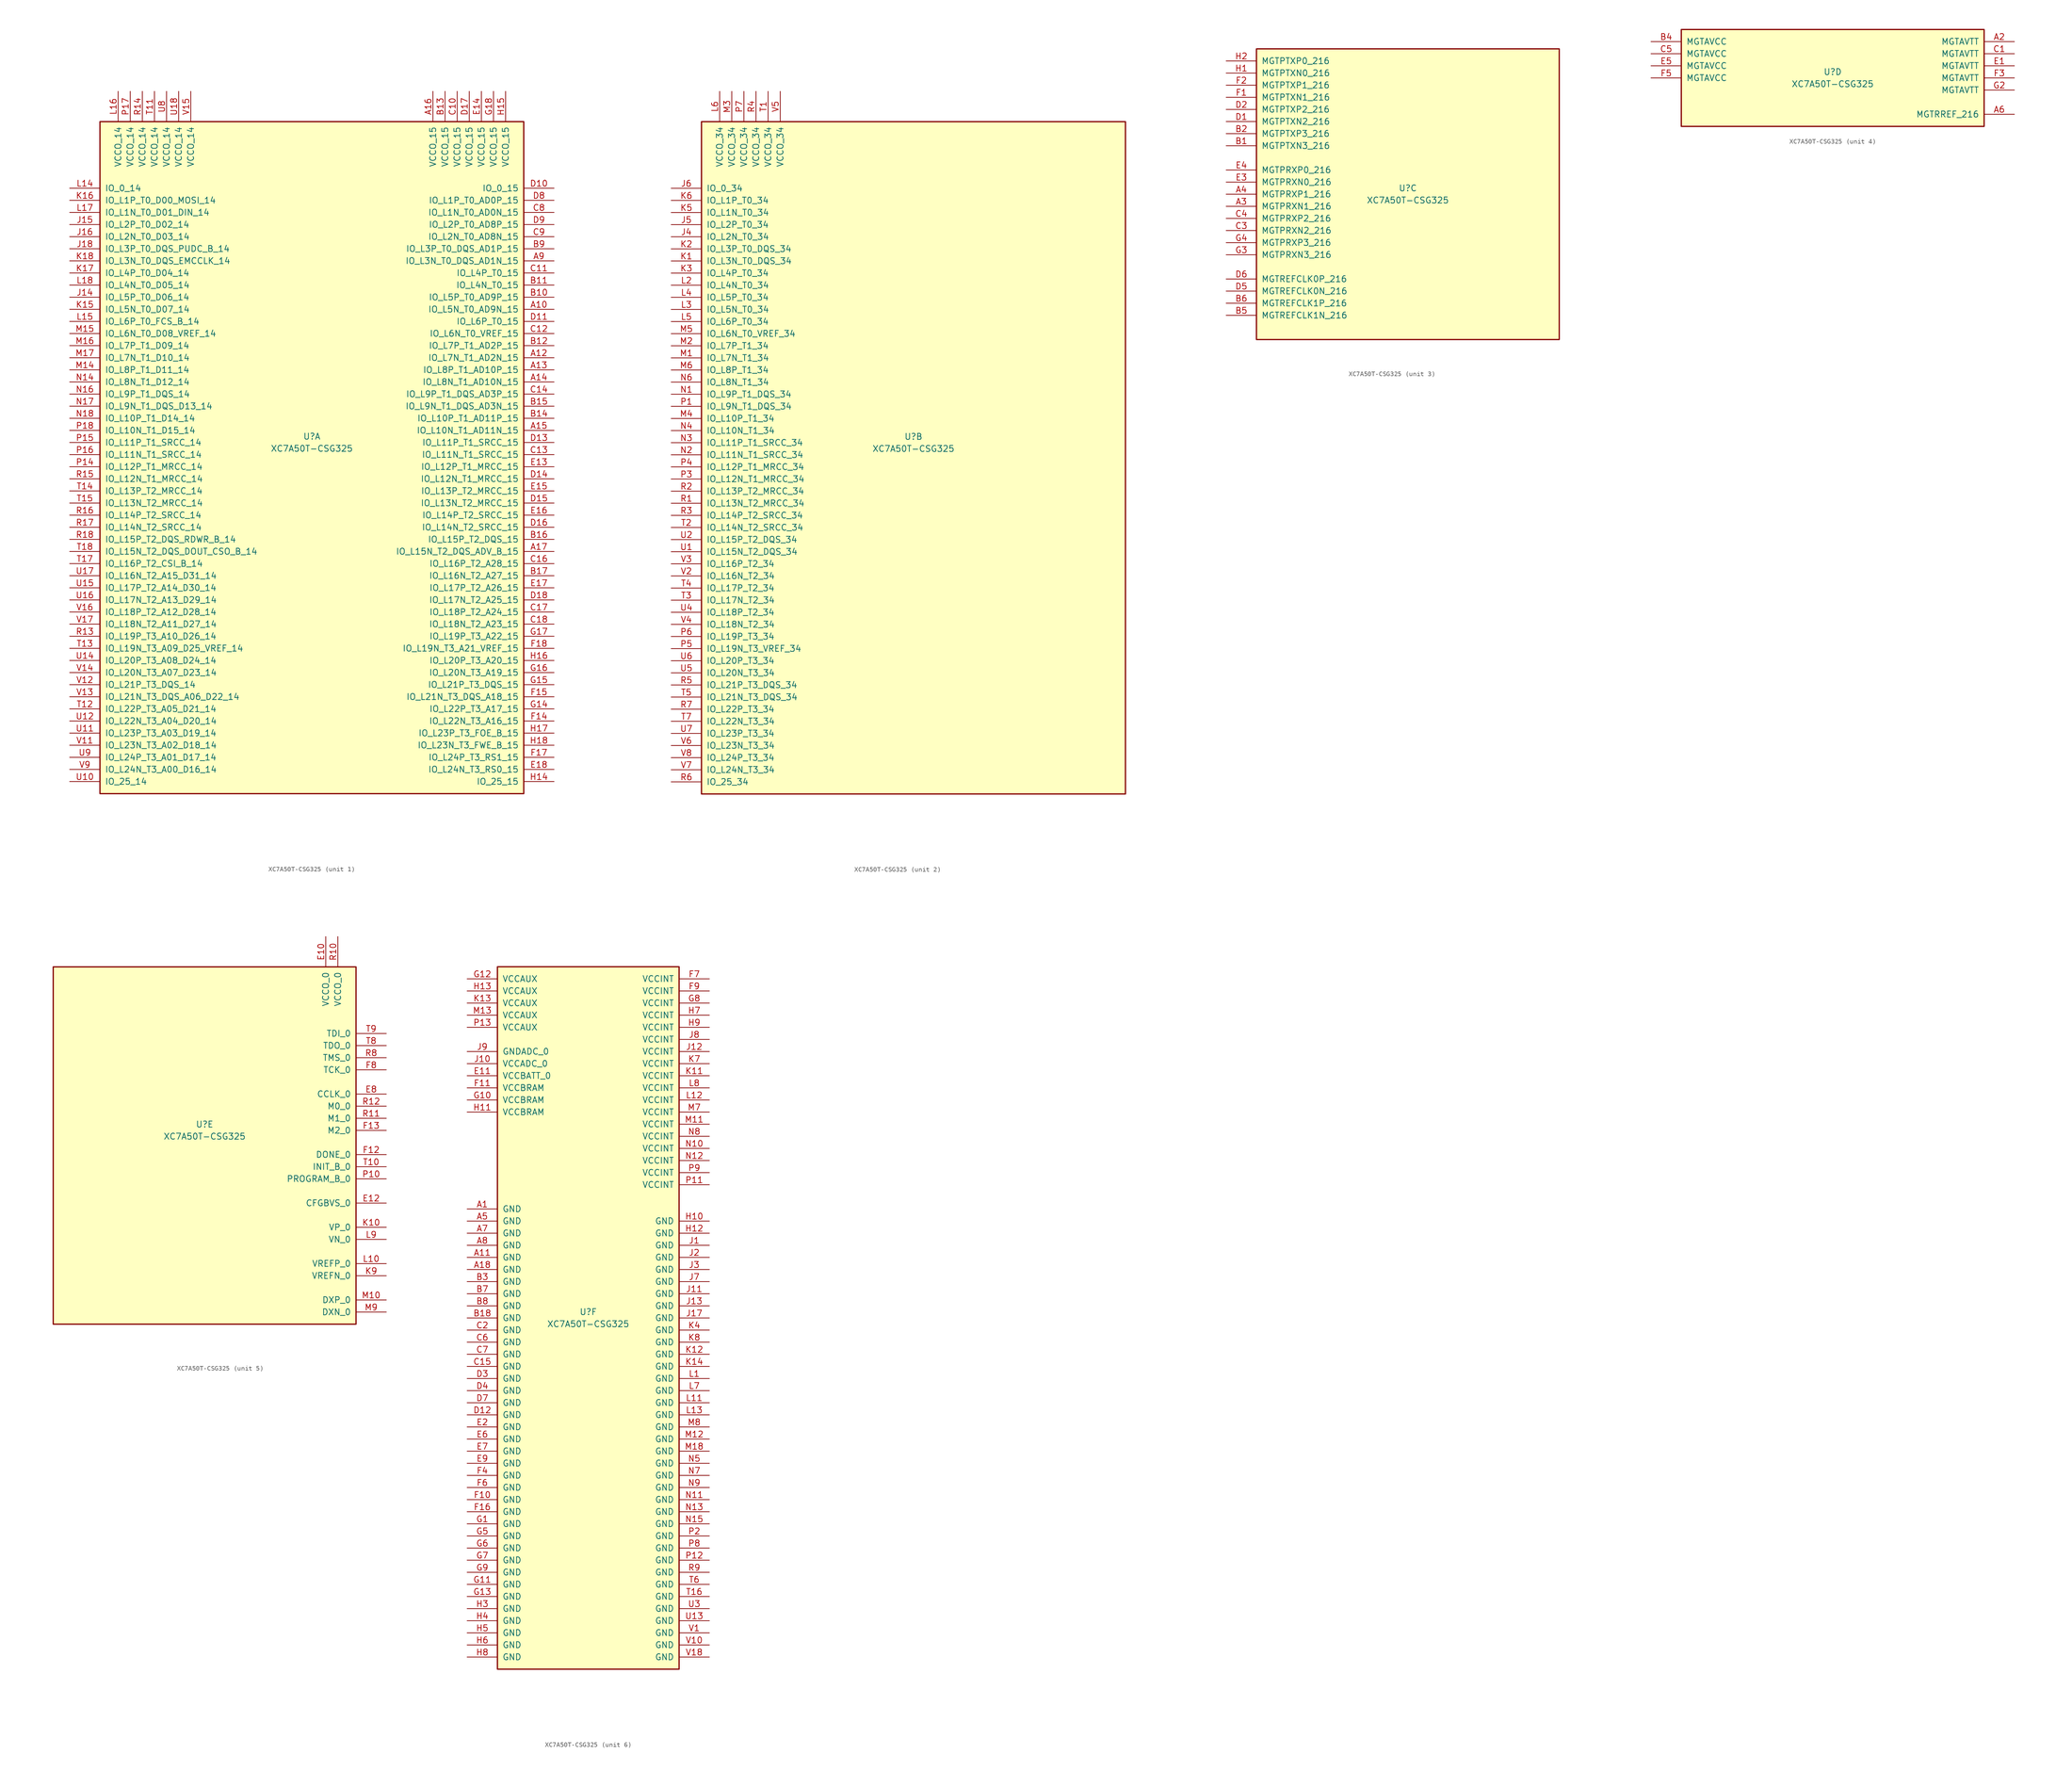
<source format=kicad_sym>
(kicad_symbol_lib
  (version 20201005)
  (generator kicad_symbol_editor)
  (symbol "XC7A50T-CSG325"
    (pin_names
      (offset 1.016))
    (property "Reference" "U"
      (at 0 1.27 0)
      (effects (font (size 1.27 1.27))))
    (property "Value" "XC7A50T-CSG325"
      (at 0 -1.27 0)
      (effects (font (size 1.27 1.27))))
    (property "Datasheet" ""
      (at 0 0 0)
      (effects (font (size 1.27 1.27))))
    (property "ki_locked" ""
      (at 0 0 0)
      (effects (font (size 1.27 1.27))))
    (symbol "XC7A50T-CSG325_1_1"
      (rectangle (start -44.45 67.31) (end 44.45 -73.66) (stroke (width 0.254)) (fill (type background)))
      (pin power_in line (at -40.64 73.66 270) (length 6.35) (name "VCCO_14" (effects (font (size 1.27 1.27)))) (number "L16" (effects (font (size 1.27 1.27)))))
      (pin power_in line (at -38.1 73.66 270) (length 6.35) (name "VCCO_14" (effects (font (size 1.27 1.27)))) (number "P17" (effects (font (size 1.27 1.27)))))
      (pin power_in line (at -35.56 73.66 270) (length 6.35) (name "VCCO_14" (effects (font (size 1.27 1.27)))) (number "R14" (effects (font (size 1.27 1.27)))))
      (pin power_in line (at -33.02 73.66 270) (length 6.35) (name "VCCO_14" (effects (font (size 1.27 1.27)))) (number "T11" (effects (font (size 1.27 1.27)))))
      (pin power_in line (at -30.48 73.66 270) (length 6.35) (name "VCCO_14" (effects (font (size 1.27 1.27)))) (number "U8" (effects (font (size 1.27 1.27)))))
      (pin power_in line (at -27.94 73.66 270) (length 6.35) (name "VCCO_14" (effects (font (size 1.27 1.27)))) (number "U18" (effects (font (size 1.27 1.27)))))
      (pin power_in line (at -25.4 73.66 270) (length 6.35) (name "VCCO_14" (effects (font (size 1.27 1.27)))) (number "V15" (effects (font (size 1.27 1.27)))))
      (pin bidirectional line (at -50.8 53.34 0) (length 6.35) (name "IO_0_14" (effects (font (size 1.27 1.27)))) (number "L14" (effects (font (size 1.27 1.27)))))
      (pin bidirectional line (at -50.8 50.8 0) (length 6.35) (name "IO_L1P_T0_D00_MOSI_14" (effects (font (size 1.27 1.27)))) (number "K16" (effects (font (size 1.27 1.27)))))
      (pin bidirectional line (at -50.8 48.26 0) (length 6.35) (name "IO_L1N_T0_D01_DIN_14" (effects (font (size 1.27 1.27)))) (number "L17" (effects (font (size 1.27 1.27)))))
      (pin bidirectional line (at -50.8 45.72 0) (length 6.35) (name "IO_L2P_T0_D02_14" (effects (font (size 1.27 1.27)))) (number "J15" (effects (font (size 1.27 1.27)))))
      (pin bidirectional line (at -50.8 43.18 0) (length 6.35) (name "IO_L2N_T0_D03_14" (effects (font (size 1.27 1.27)))) (number "J16" (effects (font (size 1.27 1.27)))))
      (pin bidirectional line (at -50.8 40.64 0) (length 6.35) (name "IO_L3P_T0_DQS_PUDC_B_14" (effects (font (size 1.27 1.27)))) (number "J18" (effects (font (size 1.27 1.27)))))
      (pin bidirectional line (at -50.8 38.1 0) (length 6.35) (name "IO_L3N_T0_DQS_EMCCLK_14" (effects (font (size 1.27 1.27)))) (number "K18" (effects (font (size 1.27 1.27)))))
      (pin bidirectional line (at -50.8 35.56 0) (length 6.35) (name "IO_L4P_T0_D04_14" (effects (font (size 1.27 1.27)))) (number "K17" (effects (font (size 1.27 1.27)))))
      (pin bidirectional line (at -50.8 33.02 0) (length 6.35) (name "IO_L4N_T0_D05_14" (effects (font (size 1.27 1.27)))) (number "L18" (effects (font (size 1.27 1.27)))))
      (pin bidirectional line (at -50.8 30.48 0) (length 6.35) (name "IO_L5P_T0_D06_14" (effects (font (size 1.27 1.27)))) (number "J14" (effects (font (size 1.27 1.27)))))
      (pin bidirectional line (at -50.8 27.94 0) (length 6.35) (name "IO_L5N_T0_D07_14" (effects (font (size 1.27 1.27)))) (number "K15" (effects (font (size 1.27 1.27)))))
      (pin bidirectional line (at -50.8 25.4 0) (length 6.35) (name "IO_L6P_T0_FCS_B_14" (effects (font (size 1.27 1.27)))) (number "L15" (effects (font (size 1.27 1.27)))))
      (pin bidirectional line (at -50.8 22.86 0) (length 6.35) (name "IO_L6N_T0_D08_VREF_14" (effects (font (size 1.27 1.27)))) (number "M15" (effects (font (size 1.27 1.27)))))
      (pin bidirectional line (at -50.8 20.32 0) (length 6.35) (name "IO_L7P_T1_D09_14" (effects (font (size 1.27 1.27)))) (number "M16" (effects (font (size 1.27 1.27)))))
      (pin bidirectional line (at -50.8 17.78 0) (length 6.35) (name "IO_L7N_T1_D10_14" (effects (font (size 1.27 1.27)))) (number "M17" (effects (font (size 1.27 1.27)))))
      (pin bidirectional line (at -50.8 15.24 0) (length 6.35) (name "IO_L8P_T1_D11_14" (effects (font (size 1.27 1.27)))) (number "M14" (effects (font (size 1.27 1.27)))))
      (pin bidirectional line (at -50.8 12.7 0) (length 6.35) (name "IO_L8N_T1_D12_14" (effects (font (size 1.27 1.27)))) (number "N14" (effects (font (size 1.27 1.27)))))
      (pin bidirectional line (at -50.8 10.16 0) (length 6.35) (name "IO_L9P_T1_DQS_14" (effects (font (size 1.27 1.27)))) (number "N16" (effects (font (size 1.27 1.27)))))
      (pin bidirectional line (at -50.8 7.62 0) (length 6.35) (name "IO_L9N_T1_DQS_D13_14" (effects (font (size 1.27 1.27)))) (number "N17" (effects (font (size 1.27 1.27)))))
      (pin bidirectional line (at -50.8 5.08 0) (length 6.35) (name "IO_L10P_T1_D14_14" (effects (font (size 1.27 1.27)))) (number "N18" (effects (font (size 1.27 1.27)))))
      (pin bidirectional line (at -50.8 2.54 0) (length 6.35) (name "IO_L10N_T1_D15_14" (effects (font (size 1.27 1.27)))) (number "P18" (effects (font (size 1.27 1.27)))))
      (pin bidirectional line (at -50.8 0 0) (length 6.35) (name "IO_L11P_T1_SRCC_14" (effects (font (size 1.27 1.27)))) (number "P15" (effects (font (size 1.27 1.27)))))
      (pin bidirectional line (at -50.8 -2.54 0) (length 6.35) (name "IO_L11N_T1_SRCC_14" (effects (font (size 1.27 1.27)))) (number "P16" (effects (font (size 1.27 1.27)))))
      (pin bidirectional line (at -50.8 -5.08 0) (length 6.35) (name "IO_L12P_T1_MRCC_14" (effects (font (size 1.27 1.27)))) (number "P14" (effects (font (size 1.27 1.27)))))
      (pin bidirectional line (at -50.8 -7.62 0) (length 6.35) (name "IO_L12N_T1_MRCC_14" (effects (font (size 1.27 1.27)))) (number "R15" (effects (font (size 1.27 1.27)))))
      (pin bidirectional line (at -50.8 -10.16 0) (length 6.35) (name "IO_L13P_T2_MRCC_14" (effects (font (size 1.27 1.27)))) (number "T14" (effects (font (size 1.27 1.27)))))
      (pin bidirectional line (at -50.8 -12.7 0) (length 6.35) (name "IO_L13N_T2_MRCC_14" (effects (font (size 1.27 1.27)))) (number "T15" (effects (font (size 1.27 1.27)))))
      (pin bidirectional line (at -50.8 -15.24 0) (length 6.35) (name "IO_L14P_T2_SRCC_14" (effects (font (size 1.27 1.27)))) (number "R16" (effects (font (size 1.27 1.27)))))
      (pin bidirectional line (at -50.8 -17.78 0) (length 6.35) (name "IO_L14N_T2_SRCC_14" (effects (font (size 1.27 1.27)))) (number "R17" (effects (font (size 1.27 1.27)))))
      (pin bidirectional line (at -50.8 -20.32 0) (length 6.35) (name "IO_L15P_T2_DQS_RDWR_B_14" (effects (font (size 1.27 1.27)))) (number "R18" (effects (font (size 1.27 1.27)))))
      (pin bidirectional line (at -50.8 -22.86 0) (length 6.35) (name "IO_L15N_T2_DQS_DOUT_CSO_B_14" (effects (font (size 1.27 1.27)))) (number "T18" (effects (font (size 1.27 1.27)))))
      (pin bidirectional line (at -50.8 -25.4 0) (length 6.35) (name "IO_L16P_T2_CSI_B_14" (effects (font (size 1.27 1.27)))) (number "T17" (effects (font (size 1.27 1.27)))))
      (pin bidirectional line (at -50.8 -27.94 0) (length 6.35) (name "IO_L16N_T2_A15_D31_14" (effects (font (size 1.27 1.27)))) (number "U17" (effects (font (size 1.27 1.27)))))
      (pin bidirectional line (at -50.8 -30.48 0) (length 6.35) (name "IO_L17P_T2_A14_D30_14" (effects (font (size 1.27 1.27)))) (number "U15" (effects (font (size 1.27 1.27)))))
      (pin bidirectional line (at -50.8 -33.02 0) (length 6.35) (name "IO_L17N_T2_A13_D29_14" (effects (font (size 1.27 1.27)))) (number "U16" (effects (font (size 1.27 1.27)))))
      (pin bidirectional line (at -50.8 -35.56 0) (length 6.35) (name "IO_L18P_T2_A12_D28_14" (effects (font (size 1.27 1.27)))) (number "V16" (effects (font (size 1.27 1.27)))))
      (pin bidirectional line (at -50.8 -38.1 0) (length 6.35) (name "IO_L18N_T2_A11_D27_14" (effects (font (size 1.27 1.27)))) (number "V17" (effects (font (size 1.27 1.27)))))
      (pin bidirectional line (at -50.8 -40.64 0) (length 6.35) (name "IO_L19P_T3_A10_D26_14" (effects (font (size 1.27 1.27)))) (number "R13" (effects (font (size 1.27 1.27)))))
      (pin bidirectional line (at -50.8 -43.18 0) (length 6.35) (name "IO_L19N_T3_A09_D25_VREF_14" (effects (font (size 1.27 1.27)))) (number "T13" (effects (font (size 1.27 1.27)))))
      (pin bidirectional line (at -50.8 -45.72 0) (length 6.35) (name "IO_L20P_T3_A08_D24_14" (effects (font (size 1.27 1.27)))) (number "U14" (effects (font (size 1.27 1.27)))))
      (pin bidirectional line (at -50.8 -48.26 0) (length 6.35) (name "IO_L20N_T3_A07_D23_14" (effects (font (size 1.27 1.27)))) (number "V14" (effects (font (size 1.27 1.27)))))
      (pin bidirectional line (at -50.8 -50.8 0) (length 6.35) (name "IO_L21P_T3_DQS_14" (effects (font (size 1.27 1.27)))) (number "V12" (effects (font (size 1.27 1.27)))))
      (pin bidirectional line (at -50.8 -53.34 0) (length 6.35) (name "IO_L21N_T3_DQS_A06_D22_14" (effects (font (size 1.27 1.27)))) (number "V13" (effects (font (size 1.27 1.27)))))
      (pin bidirectional line (at -50.8 -55.88 0) (length 6.35) (name "IO_L22P_T3_A05_D21_14" (effects (font (size 1.27 1.27)))) (number "T12" (effects (font (size 1.27 1.27)))))
      (pin bidirectional line (at -50.8 -58.42 0) (length 6.35) (name "IO_L22N_T3_A04_D20_14" (effects (font (size 1.27 1.27)))) (number "U12" (effects (font (size 1.27 1.27)))))
      (pin bidirectional line (at -50.8 -60.96 0) (length 6.35) (name "IO_L23P_T3_A03_D19_14" (effects (font (size 1.27 1.27)))) (number "U11" (effects (font (size 1.27 1.27)))))
      (pin bidirectional line (at -50.8 -63.5 0) (length 6.35) (name "IO_L23N_T3_A02_D18_14" (effects (font (size 1.27 1.27)))) (number "V11" (effects (font (size 1.27 1.27)))))
      (pin bidirectional line (at -50.8 -66.04 0) (length 6.35) (name "IO_L24P_T3_A01_D17_14" (effects (font (size 1.27 1.27)))) (number "U9" (effects (font (size 1.27 1.27)))))
      (pin bidirectional line (at -50.8 -68.58 0) (length 6.35) (name "IO_L24N_T3_A00_D16_14" (effects (font (size 1.27 1.27)))) (number "V9" (effects (font (size 1.27 1.27)))))
      (pin bidirectional line (at -50.8 -71.12 0) (length 6.35) (name "IO_25_14" (effects (font (size 1.27 1.27)))) (number "U10" (effects (font (size 1.27 1.27)))))
      (pin power_in line (at 25.4 73.66 270) (length 6.35) (name "VCCO_15" (effects (font (size 1.27 1.27)))) (number "A16" (effects (font (size 1.27 1.27)))))
      (pin power_in line (at 27.94 73.66 270) (length 6.35) (name "VCCO_15" (effects (font (size 1.27 1.27)))) (number "B13" (effects (font (size 1.27 1.27)))))
      (pin power_in line (at 30.48 73.66 270) (length 6.35) (name "VCCO_15" (effects (font (size 1.27 1.27)))) (number "C10" (effects (font (size 1.27 1.27)))))
      (pin power_in line (at 33.02 73.66 270) (length 6.35) (name "VCCO_15" (effects (font (size 1.27 1.27)))) (number "D17" (effects (font (size 1.27 1.27)))))
      (pin power_in line (at 35.56 73.66 270) (length 6.35) (name "VCCO_15" (effects (font (size 1.27 1.27)))) (number "E14" (effects (font (size 1.27 1.27)))))
      (pin power_in line (at 38.1 73.66 270) (length 6.35) (name "VCCO_15" (effects (font (size 1.27 1.27)))) (number "G18" (effects (font (size 1.27 1.27)))))
      (pin power_in line (at 40.64 73.66 270) (length 6.35) (name "VCCO_15" (effects (font (size 1.27 1.27)))) (number "H15" (effects (font (size 1.27 1.27)))))
      (pin bidirectional line (at 50.8 53.34 180) (length 6.35) (name "IO_0_15" (effects (font (size 1.27 1.27)))) (number "D10" (effects (font (size 1.27 1.27)))))
      (pin bidirectional line (at 50.8 50.8 180) (length 6.35) (name "IO_L1P_T0_AD0P_15" (effects (font (size 1.27 1.27)))) (number "D8" (effects (font (size 1.27 1.27)))))
      (pin bidirectional line (at 50.8 48.26 180) (length 6.35) (name "IO_L1N_T0_AD0N_15" (effects (font (size 1.27 1.27)))) (number "C8" (effects (font (size 1.27 1.27)))))
      (pin bidirectional line (at 50.8 45.72 180) (length 6.35) (name "IO_L2P_T0_AD8P_15" (effects (font (size 1.27 1.27)))) (number "D9" (effects (font (size 1.27 1.27)))))
      (pin bidirectional line (at 50.8 43.18 180) (length 6.35) (name "IO_L2N_T0_AD8N_15" (effects (font (size 1.27 1.27)))) (number "C9" (effects (font (size 1.27 1.27)))))
      (pin bidirectional line (at 50.8 40.64 180) (length 6.35) (name "IO_L3P_T0_DQS_AD1P_15" (effects (font (size 1.27 1.27)))) (number "B9" (effects (font (size 1.27 1.27)))))
      (pin bidirectional line (at 50.8 38.1 180) (length 6.35) (name "IO_L3N_T0_DQS_AD1N_15" (effects (font (size 1.27 1.27)))) (number "A9" (effects (font (size 1.27 1.27)))))
      (pin bidirectional line (at 50.8 35.56 180) (length 6.35) (name "IO_L4P_T0_15" (effects (font (size 1.27 1.27)))) (number "C11" (effects (font (size 1.27 1.27)))))
      (pin bidirectional line (at 50.8 33.02 180) (length 6.35) (name "IO_L4N_T0_15" (effects (font (size 1.27 1.27)))) (number "B11" (effects (font (size 1.27 1.27)))))
      (pin bidirectional line (at 50.8 30.48 180) (length 6.35) (name "IO_L5P_T0_AD9P_15" (effects (font (size 1.27 1.27)))) (number "B10" (effects (font (size 1.27 1.27)))))
      (pin bidirectional line (at 50.8 27.94 180) (length 6.35) (name "IO_L5N_T0_AD9N_15" (effects (font (size 1.27 1.27)))) (number "A10" (effects (font (size 1.27 1.27)))))
      (pin bidirectional line (at 50.8 25.4 180) (length 6.35) (name "IO_L6P_T0_15" (effects (font (size 1.27 1.27)))) (number "D11" (effects (font (size 1.27 1.27)))))
      (pin bidirectional line (at 50.8 22.86 180) (length 6.35) (name "IO_L6N_T0_VREF_15" (effects (font (size 1.27 1.27)))) (number "C12" (effects (font (size 1.27 1.27)))))
      (pin bidirectional line (at 50.8 20.32 180) (length 6.35) (name "IO_L7P_T1_AD2P_15" (effects (font (size 1.27 1.27)))) (number "B12" (effects (font (size 1.27 1.27)))))
      (pin bidirectional line (at 50.8 17.78 180) (length 6.35) (name "IO_L7N_T1_AD2N_15" (effects (font (size 1.27 1.27)))) (number "A12" (effects (font (size 1.27 1.27)))))
      (pin bidirectional line (at 50.8 15.24 180) (length 6.35) (name "IO_L8P_T1_AD10P_15" (effects (font (size 1.27 1.27)))) (number "A13" (effects (font (size 1.27 1.27)))))
      (pin bidirectional line (at 50.8 12.7 180) (length 6.35) (name "IO_L8N_T1_AD10N_15" (effects (font (size 1.27 1.27)))) (number "A14" (effects (font (size 1.27 1.27)))))
      (pin bidirectional line (at 50.8 10.16 180) (length 6.35) (name "IO_L9P_T1_DQS_AD3P_15" (effects (font (size 1.27 1.27)))) (number "C14" (effects (font (size 1.27 1.27)))))
      (pin bidirectional line (at 50.8 7.62 180) (length 6.35) (name "IO_L9N_T1_DQS_AD3N_15" (effects (font (size 1.27 1.27)))) (number "B15" (effects (font (size 1.27 1.27)))))
      (pin bidirectional line (at 50.8 5.08 180) (length 6.35) (name "IO_L10P_T1_AD11P_15" (effects (font (size 1.27 1.27)))) (number "B14" (effects (font (size 1.27 1.27)))))
      (pin bidirectional line (at 50.8 2.54 180) (length 6.35) (name "IO_L10N_T1_AD11N_15" (effects (font (size 1.27 1.27)))) (number "A15" (effects (font (size 1.27 1.27)))))
      (pin bidirectional line (at 50.8 0 180) (length 6.35) (name "IO_L11P_T1_SRCC_15" (effects (font (size 1.27 1.27)))) (number "D13" (effects (font (size 1.27 1.27)))))
      (pin bidirectional line (at 50.8 -2.54 180) (length 6.35) (name "IO_L11N_T1_SRCC_15" (effects (font (size 1.27 1.27)))) (number "C13" (effects (font (size 1.27 1.27)))))
      (pin bidirectional line (at 50.8 -5.08 180) (length 6.35) (name "IO_L12P_T1_MRCC_15" (effects (font (size 1.27 1.27)))) (number "E13" (effects (font (size 1.27 1.27)))))
      (pin bidirectional line (at 50.8 -7.62 180) (length 6.35) (name "IO_L12N_T1_MRCC_15" (effects (font (size 1.27 1.27)))) (number "D14" (effects (font (size 1.27 1.27)))))
      (pin bidirectional line (at 50.8 -10.16 180) (length 6.35) (name "IO_L13P_T2_MRCC_15" (effects (font (size 1.27 1.27)))) (number "E15" (effects (font (size 1.27 1.27)))))
      (pin bidirectional line (at 50.8 -12.7 180) (length 6.35) (name "IO_L13N_T2_MRCC_15" (effects (font (size 1.27 1.27)))) (number "D15" (effects (font (size 1.27 1.27)))))
      (pin bidirectional line (at 50.8 -15.24 180) (length 6.35) (name "IO_L14P_T2_SRCC_15" (effects (font (size 1.27 1.27)))) (number "E16" (effects (font (size 1.27 1.27)))))
      (pin bidirectional line (at 50.8 -17.78 180) (length 6.35) (name "IO_L14N_T2_SRCC_15" (effects (font (size 1.27 1.27)))) (number "D16" (effects (font (size 1.27 1.27)))))
      (pin bidirectional line (at 50.8 -20.32 180) (length 6.35) (name "IO_L15P_T2_DQS_15" (effects (font (size 1.27 1.27)))) (number "B16" (effects (font (size 1.27 1.27)))))
      (pin bidirectional line (at 50.8 -22.86 180) (length 6.35) (name "IO_L15N_T2_DQS_ADV_B_15" (effects (font (size 1.27 1.27)))) (number "A17" (effects (font (size 1.27 1.27)))))
      (pin bidirectional line (at 50.8 -25.4 180) (length 6.35) (name "IO_L16P_T2_A28_15" (effects (font (size 1.27 1.27)))) (number "C16" (effects (font (size 1.27 1.27)))))
      (pin bidirectional line (at 50.8 -27.94 180) (length 6.35) (name "IO_L16N_T2_A27_15" (effects (font (size 1.27 1.27)))) (number "B17" (effects (font (size 1.27 1.27)))))
      (pin bidirectional line (at 50.8 -30.48 180) (length 6.35) (name "IO_L17P_T2_A26_15" (effects (font (size 1.27 1.27)))) (number "E17" (effects (font (size 1.27 1.27)))))
      (pin bidirectional line (at 50.8 -33.02 180) (length 6.35) (name "IO_L17N_T2_A25_15" (effects (font (size 1.27 1.27)))) (number "D18" (effects (font (size 1.27 1.27)))))
      (pin bidirectional line (at 50.8 -35.56 180) (length 6.35) (name "IO_L18P_T2_A24_15" (effects (font (size 1.27 1.27)))) (number "C17" (effects (font (size 1.27 1.27)))))
      (pin bidirectional line (at 50.8 -38.1 180) (length 6.35) (name "IO_L18N_T2_A23_15" (effects (font (size 1.27 1.27)))) (number "C18" (effects (font (size 1.27 1.27)))))
      (pin bidirectional line (at 50.8 -40.64 180) (length 6.35) (name "IO_L19P_T3_A22_15" (effects (font (size 1.27 1.27)))) (number "G17" (effects (font (size 1.27 1.27)))))
      (pin bidirectional line (at 50.8 -43.18 180) (length 6.35) (name "IO_L19N_T3_A21_VREF_15" (effects (font (size 1.27 1.27)))) (number "F18" (effects (font (size 1.27 1.27)))))
      (pin bidirectional line (at 50.8 -45.72 180) (length 6.35) (name "IO_L20P_T3_A20_15" (effects (font (size 1.27 1.27)))) (number "H16" (effects (font (size 1.27 1.27)))))
      (pin bidirectional line (at 50.8 -48.26 180) (length 6.35) (name "IO_L20N_T3_A19_15" (effects (font (size 1.27 1.27)))) (number "G16" (effects (font (size 1.27 1.27)))))
      (pin bidirectional line (at 50.8 -50.8 180) (length 6.35) (name "IO_L21P_T3_DQS_15" (effects (font (size 1.27 1.27)))) (number "G15" (effects (font (size 1.27 1.27)))))
      (pin bidirectional line (at 50.8 -53.34 180) (length 6.35) (name "IO_L21N_T3_DQS_A18_15" (effects (font (size 1.27 1.27)))) (number "F15" (effects (font (size 1.27 1.27)))))
      (pin bidirectional line (at 50.8 -55.88 180) (length 6.35) (name "IO_L22P_T3_A17_15" (effects (font (size 1.27 1.27)))) (number "G14" (effects (font (size 1.27 1.27)))))
      (pin bidirectional line (at 50.8 -58.42 180) (length 6.35) (name "IO_L22N_T3_A16_15" (effects (font (size 1.27 1.27)))) (number "F14" (effects (font (size 1.27 1.27)))))
      (pin bidirectional line (at 50.8 -60.96 180) (length 6.35) (name "IO_L23P_T3_FOE_B_15" (effects (font (size 1.27 1.27)))) (number "H17" (effects (font (size 1.27 1.27)))))
      (pin bidirectional line (at 50.8 -63.5 180) (length 6.35) (name "IO_L23N_T3_FWE_B_15" (effects (font (size 1.27 1.27)))) (number "H18" (effects (font (size 1.27 1.27)))))
      (pin bidirectional line (at 50.8 -66.04 180) (length 6.35) (name "IO_L24P_T3_RS1_15" (effects (font (size 1.27 1.27)))) (number "F17" (effects (font (size 1.27 1.27)))))
      (pin bidirectional line (at 50.8 -68.58 180) (length 6.35) (name "IO_L24N_T3_RS0_15" (effects (font (size 1.27 1.27)))) (number "E18" (effects (font (size 1.27 1.27)))))
      (pin bidirectional line (at 50.8 -71.12 180) (length 6.35) (name "IO_25_15" (effects (font (size 1.27 1.27)))) (number "H14" (effects (font (size 1.27 1.27))))))
    (symbol "XC7A50T-CSG325_2_1"
      (rectangle (start -44.45 67.31) (end 44.45 -73.66) (stroke (width 0.254)) (fill (type background)))
      (pin power_in line (at -40.64 73.66 270) (length 6.35) (name "VCCO_34" (effects (font (size 1.27 1.27)))) (number "L6" (effects (font (size 1.27 1.27)))))
      (pin power_in line (at -38.1 73.66 270) (length 6.35) (name "VCCO_34" (effects (font (size 1.27 1.27)))) (number "M3" (effects (font (size 1.27 1.27)))))
      (pin power_in line (at -35.56 73.66 270) (length 6.35) (name "VCCO_34" (effects (font (size 1.27 1.27)))) (number "P7" (effects (font (size 1.27 1.27)))))
      (pin power_in line (at -33.02 73.66 270) (length 6.35) (name "VCCO_34" (effects (font (size 1.27 1.27)))) (number "R4" (effects (font (size 1.27 1.27)))))
      (pin power_in line (at -30.48 73.66 270) (length 6.35) (name "VCCO_34" (effects (font (size 1.27 1.27)))) (number "T1" (effects (font (size 1.27 1.27)))))
      (pin power_in line (at -27.94 73.66 270) (length 6.35) (name "VCCO_34" (effects (font (size 1.27 1.27)))) (number "V5" (effects (font (size 1.27 1.27)))))
      (pin bidirectional line (at -50.8 53.34 0) (length 6.35) (name "IO_0_34" (effects (font (size 1.27 1.27)))) (number "J6" (effects (font (size 1.27 1.27)))))
      (pin bidirectional line (at -50.8 50.8 0) (length 6.35) (name "IO_L1P_T0_34" (effects (font (size 1.27 1.27)))) (number "K6" (effects (font (size 1.27 1.27)))))
      (pin bidirectional line (at -50.8 48.26 0) (length 6.35) (name "IO_L1N_T0_34" (effects (font (size 1.27 1.27)))) (number "K5" (effects (font (size 1.27 1.27)))))
      (pin bidirectional line (at -50.8 45.72 0) (length 6.35) (name "IO_L2P_T0_34" (effects (font (size 1.27 1.27)))) (number "J5" (effects (font (size 1.27 1.27)))))
      (pin bidirectional line (at -50.8 43.18 0) (length 6.35) (name "IO_L2N_T0_34" (effects (font (size 1.27 1.27)))) (number "J4" (effects (font (size 1.27 1.27)))))
      (pin bidirectional line (at -50.8 40.64 0) (length 6.35) (name "IO_L3P_T0_DQS_34" (effects (font (size 1.27 1.27)))) (number "K2" (effects (font (size 1.27 1.27)))))
      (pin bidirectional line (at -50.8 38.1 0) (length 6.35) (name "IO_L3N_T0_DQS_34" (effects (font (size 1.27 1.27)))) (number "K1" (effects (font (size 1.27 1.27)))))
      (pin bidirectional line (at -50.8 35.56 0) (length 6.35) (name "IO_L4P_T0_34" (effects (font (size 1.27 1.27)))) (number "K3" (effects (font (size 1.27 1.27)))))
      (pin bidirectional line (at -50.8 33.02 0) (length 6.35) (name "IO_L4N_T0_34" (effects (font (size 1.27 1.27)))) (number "L2" (effects (font (size 1.27 1.27)))))
      (pin bidirectional line (at -50.8 30.48 0) (length 6.35) (name "IO_L5P_T0_34" (effects (font (size 1.27 1.27)))) (number "L4" (effects (font (size 1.27 1.27)))))
      (pin bidirectional line (at -50.8 27.94 0) (length 6.35) (name "IO_L5N_T0_34" (effects (font (size 1.27 1.27)))) (number "L3" (effects (font (size 1.27 1.27)))))
      (pin bidirectional line (at -50.8 25.4 0) (length 6.35) (name "IO_L6P_T0_34" (effects (font (size 1.27 1.27)))) (number "L5" (effects (font (size 1.27 1.27)))))
      (pin bidirectional line (at -50.8 22.86 0) (length 6.35) (name "IO_L6N_T0_VREF_34" (effects (font (size 1.27 1.27)))) (number "M5" (effects (font (size 1.27 1.27)))))
      (pin bidirectional line (at -50.8 20.32 0) (length 6.35) (name "IO_L7P_T1_34" (effects (font (size 1.27 1.27)))) (number "M2" (effects (font (size 1.27 1.27)))))
      (pin bidirectional line (at -50.8 17.78 0) (length 6.35) (name "IO_L7N_T1_34" (effects (font (size 1.27 1.27)))) (number "M1" (effects (font (size 1.27 1.27)))))
      (pin bidirectional line (at -50.8 15.24 0) (length 6.35) (name "IO_L8P_T1_34" (effects (font (size 1.27 1.27)))) (number "M6" (effects (font (size 1.27 1.27)))))
      (pin bidirectional line (at -50.8 12.7 0) (length 6.35) (name "IO_L8N_T1_34" (effects (font (size 1.27 1.27)))) (number "N6" (effects (font (size 1.27 1.27)))))
      (pin bidirectional line (at -50.8 10.16 0) (length 6.35) (name "IO_L9P_T1_DQS_34" (effects (font (size 1.27 1.27)))) (number "N1" (effects (font (size 1.27 1.27)))))
      (pin bidirectional line (at -50.8 7.62 0) (length 6.35) (name "IO_L9N_T1_DQS_34" (effects (font (size 1.27 1.27)))) (number "P1" (effects (font (size 1.27 1.27)))))
      (pin bidirectional line (at -50.8 5.08 0) (length 6.35) (name "IO_L10P_T1_34" (effects (font (size 1.27 1.27)))) (number "M4" (effects (font (size 1.27 1.27)))))
      (pin bidirectional line (at -50.8 2.54 0) (length 6.35) (name "IO_L10N_T1_34" (effects (font (size 1.27 1.27)))) (number "N4" (effects (font (size 1.27 1.27)))))
      (pin bidirectional line (at -50.8 0 0) (length 6.35) (name "IO_L11P_T1_SRCC_34" (effects (font (size 1.27 1.27)))) (number "N3" (effects (font (size 1.27 1.27)))))
      (pin bidirectional line (at -50.8 -2.54 0) (length 6.35) (name "IO_L11N_T1_SRCC_34" (effects (font (size 1.27 1.27)))) (number "N2" (effects (font (size 1.27 1.27)))))
      (pin bidirectional line (at -50.8 -5.08 0) (length 6.35) (name "IO_L12P_T1_MRCC_34" (effects (font (size 1.27 1.27)))) (number "P4" (effects (font (size 1.27 1.27)))))
      (pin bidirectional line (at -50.8 -7.62 0) (length 6.35) (name "IO_L12N_T1_MRCC_34" (effects (font (size 1.27 1.27)))) (number "P3" (effects (font (size 1.27 1.27)))))
      (pin bidirectional line (at -50.8 -10.16 0) (length 6.35) (name "IO_L13P_T2_MRCC_34" (effects (font (size 1.27 1.27)))) (number "R2" (effects (font (size 1.27 1.27)))))
      (pin bidirectional line (at -50.8 -12.7 0) (length 6.35) (name "IO_L13N_T2_MRCC_34" (effects (font (size 1.27 1.27)))) (number "R1" (effects (font (size 1.27 1.27)))))
      (pin bidirectional line (at -50.8 -15.24 0) (length 6.35) (name "IO_L14P_T2_SRCC_34" (effects (font (size 1.27 1.27)))) (number "R3" (effects (font (size 1.27 1.27)))))
      (pin bidirectional line (at -50.8 -17.78 0) (length 6.35) (name "IO_L14N_T2_SRCC_34" (effects (font (size 1.27 1.27)))) (number "T2" (effects (font (size 1.27 1.27)))))
      (pin bidirectional line (at -50.8 -20.32 0) (length 6.35) (name "IO_L15P_T2_DQS_34" (effects (font (size 1.27 1.27)))) (number "U2" (effects (font (size 1.27 1.27)))))
      (pin bidirectional line (at -50.8 -22.86 0) (length 6.35) (name "IO_L15N_T2_DQS_34" (effects (font (size 1.27 1.27)))) (number "U1" (effects (font (size 1.27 1.27)))))
      (pin bidirectional line (at -50.8 -25.4 0) (length 6.35) (name "IO_L16P_T2_34" (effects (font (size 1.27 1.27)))) (number "V3" (effects (font (size 1.27 1.27)))))
      (pin bidirectional line (at -50.8 -27.94 0) (length 6.35) (name "IO_L16N_T2_34" (effects (font (size 1.27 1.27)))) (number "V2" (effects (font (size 1.27 1.27)))))
      (pin bidirectional line (at -50.8 -30.48 0) (length 6.35) (name "IO_L17P_T2_34" (effects (font (size 1.27 1.27)))) (number "T4" (effects (font (size 1.27 1.27)))))
      (pin bidirectional line (at -50.8 -33.02 0) (length 6.35) (name "IO_L17N_T2_34" (effects (font (size 1.27 1.27)))) (number "T3" (effects (font (size 1.27 1.27)))))
      (pin bidirectional line (at -50.8 -35.56 0) (length 6.35) (name "IO_L18P_T2_34" (effects (font (size 1.27 1.27)))) (number "U4" (effects (font (size 1.27 1.27)))))
      (pin bidirectional line (at -50.8 -38.1 0) (length 6.35) (name "IO_L18N_T2_34" (effects (font (size 1.27 1.27)))) (number "V4" (effects (font (size 1.27 1.27)))))
      (pin bidirectional line (at -50.8 -40.64 0) (length 6.35) (name "IO_L19P_T3_34" (effects (font (size 1.27 1.27)))) (number "P6" (effects (font (size 1.27 1.27)))))
      (pin bidirectional line (at -50.8 -43.18 0) (length 6.35) (name "IO_L19N_T3_VREF_34" (effects (font (size 1.27 1.27)))) (number "P5" (effects (font (size 1.27 1.27)))))
      (pin bidirectional line (at -50.8 -45.72 0) (length 6.35) (name "IO_L20P_T3_34" (effects (font (size 1.27 1.27)))) (number "U6" (effects (font (size 1.27 1.27)))))
      (pin bidirectional line (at -50.8 -48.26 0) (length 6.35) (name "IO_L20N_T3_34" (effects (font (size 1.27 1.27)))) (number "U5" (effects (font (size 1.27 1.27)))))
      (pin bidirectional line (at -50.8 -50.8 0) (length 6.35) (name "IO_L21P_T3_DQS_34" (effects (font (size 1.27 1.27)))) (number "R5" (effects (font (size 1.27 1.27)))))
      (pin bidirectional line (at -50.8 -53.34 0) (length 6.35) (name "IO_L21N_T3_DQS_34" (effects (font (size 1.27 1.27)))) (number "T5" (effects (font (size 1.27 1.27)))))
      (pin bidirectional line (at -50.8 -55.88 0) (length 6.35) (name "IO_L22P_T3_34" (effects (font (size 1.27 1.27)))) (number "R7" (effects (font (size 1.27 1.27)))))
      (pin bidirectional line (at -50.8 -58.42 0) (length 6.35) (name "IO_L22N_T3_34" (effects (font (size 1.27 1.27)))) (number "T7" (effects (font (size 1.27 1.27)))))
      (pin bidirectional line (at -50.8 -60.96 0) (length 6.35) (name "IO_L23P_T3_34" (effects (font (size 1.27 1.27)))) (number "U7" (effects (font (size 1.27 1.27)))))
      (pin bidirectional line (at -50.8 -63.5 0) (length 6.35) (name "IO_L23N_T3_34" (effects (font (size 1.27 1.27)))) (number "V6" (effects (font (size 1.27 1.27)))))
      (pin bidirectional line (at -50.8 -66.04 0) (length 6.35) (name "IO_L24P_T3_34" (effects (font (size 1.27 1.27)))) (number "V8" (effects (font (size 1.27 1.27)))))
      (pin bidirectional line (at -50.8 -68.58 0) (length 6.35) (name "IO_L24N_T3_34" (effects (font (size 1.27 1.27)))) (number "V7" (effects (font (size 1.27 1.27)))))
      (pin bidirectional line (at -50.8 -71.12 0) (length 6.35) (name "IO_25_34" (effects (font (size 1.27 1.27)))) (number "R6" (effects (font (size 1.27 1.27))))))
    (symbol "XC7A50T-CSG325_3_1"
      (rectangle (start -31.75 30.48) (end 31.75 -30.48) (stroke (width 0.254)) (fill (type background)))
      (pin bidirectional line (at -38.1 27.94 0) (length 6.35) (name "MGTPTXP0_216" (effects (font (size 1.27 1.27)))) (number "H2" (effects (font (size 1.27 1.27)))))
      (pin bidirectional line (at -38.1 25.4 0) (length 6.35) (name "MGTPTXN0_216" (effects (font (size 1.27 1.27)))) (number "H1" (effects (font (size 1.27 1.27)))))
      (pin bidirectional line (at -38.1 22.86 0) (length 6.35) (name "MGTPTXP1_216" (effects (font (size 1.27 1.27)))) (number "F2" (effects (font (size 1.27 1.27)))))
      (pin bidirectional line (at -38.1 20.32 0) (length 6.35) (name "MGTPTXN1_216" (effects (font (size 1.27 1.27)))) (number "F1" (effects (font (size 1.27 1.27)))))
      (pin bidirectional line (at -38.1 17.78 0) (length 6.35) (name "MGTPTXP2_216" (effects (font (size 1.27 1.27)))) (number "D2" (effects (font (size 1.27 1.27)))))
      (pin bidirectional line (at -38.1 15.24 0) (length 6.35) (name "MGTPTXN2_216" (effects (font (size 1.27 1.27)))) (number "D1" (effects (font (size 1.27 1.27)))))
      (pin bidirectional line (at -38.1 12.7 0) (length 6.35) (name "MGTPTXP3_216" (effects (font (size 1.27 1.27)))) (number "B2" (effects (font (size 1.27 1.27)))))
      (pin bidirectional line (at -38.1 10.16 0) (length 6.35) (name "MGTPTXN3_216" (effects (font (size 1.27 1.27)))) (number "B1" (effects (font (size 1.27 1.27)))))
      (pin bidirectional line (at -38.1 5.08 0) (length 6.35) (name "MGTPRXP0_216" (effects (font (size 1.27 1.27)))) (number "E4" (effects (font (size 1.27 1.27)))))
      (pin bidirectional line (at -38.1 2.54 0) (length 6.35) (name "MGTPRXN0_216" (effects (font (size 1.27 1.27)))) (number "E3" (effects (font (size 1.27 1.27)))))
      (pin bidirectional line (at -38.1 0 0) (length 6.35) (name "MGTPRXP1_216" (effects (font (size 1.27 1.27)))) (number "A4" (effects (font (size 1.27 1.27)))))
      (pin bidirectional line (at -38.1 -2.54 0) (length 6.35) (name "MGTPRXN1_216" (effects (font (size 1.27 1.27)))) (number "A3" (effects (font (size 1.27 1.27)))))
      (pin bidirectional line (at -38.1 -5.08 0) (length 6.35) (name "MGTPRXP2_216" (effects (font (size 1.27 1.27)))) (number "C4" (effects (font (size 1.27 1.27)))))
      (pin bidirectional line (at -38.1 -7.62 0) (length 6.35) (name "MGTPRXN2_216" (effects (font (size 1.27 1.27)))) (number "C3" (effects (font (size 1.27 1.27)))))
      (pin bidirectional line (at -38.1 -10.16 0) (length 6.35) (name "MGTPRXP3_216" (effects (font (size 1.27 1.27)))) (number "G4" (effects (font (size 1.27 1.27)))))
      (pin bidirectional line (at -38.1 -12.7 0) (length 6.35) (name "MGTPRXN3_216" (effects (font (size 1.27 1.27)))) (number "G3" (effects (font (size 1.27 1.27)))))
      (pin bidirectional line (at -38.1 -17.78 0) (length 6.35) (name "MGTREFCLK0P_216" (effects (font (size 1.27 1.27)))) (number "D6" (effects (font (size 1.27 1.27)))))
      (pin bidirectional line (at -38.1 -20.32 0) (length 6.35) (name "MGTREFCLK0N_216" (effects (font (size 1.27 1.27)))) (number "D5" (effects (font (size 1.27 1.27)))))
      (pin bidirectional line (at -38.1 -22.86 0) (length 6.35) (name "MGTREFCLK1P_216" (effects (font (size 1.27 1.27)))) (number "B6" (effects (font (size 1.27 1.27)))))
      (pin bidirectional line (at -38.1 -25.4 0) (length 6.35) (name "MGTREFCLK1N_216" (effects (font (size 1.27 1.27)))) (number "B5" (effects (font (size 1.27 1.27))))))
    (symbol "XC7A50T-CSG325_4_1"
      (rectangle (start -31.75 10.16) (end 31.75 -10.16) (stroke (width 0.254)) (fill (type background)))
      (pin power_in line (at -38.1 7.62 0) (length 6.35) (name "MGTAVCC" (effects (font (size 1.27 1.27)))) (number "B4" (effects (font (size 1.27 1.27)))))
      (pin power_in line (at -38.1 5.08 0) (length 6.35) (name "MGTAVCC" (effects (font (size 1.27 1.27)))) (number "C5" (effects (font (size 1.27 1.27)))))
      (pin power_in line (at -38.1 2.54 0) (length 6.35) (name "MGTAVCC" (effects (font (size 1.27 1.27)))) (number "E5" (effects (font (size 1.27 1.27)))))
      (pin power_in line (at -38.1 0 0) (length 6.35) (name "MGTAVCC" (effects (font (size 1.27 1.27)))) (number "F5" (effects (font (size 1.27 1.27)))))
      (pin power_in line (at 38.1 7.62 180) (length 6.35) (name "MGTAVTT" (effects (font (size 1.27 1.27)))) (number "A2" (effects (font (size 1.27 1.27)))))
      (pin power_in line (at 38.1 5.08 180) (length 6.35) (name "MGTAVTT" (effects (font (size 1.27 1.27)))) (number "C1" (effects (font (size 1.27 1.27)))))
      (pin power_in line (at 38.1 2.54 180) (length 6.35) (name "MGTAVTT" (effects (font (size 1.27 1.27)))) (number "E1" (effects (font (size 1.27 1.27)))))
      (pin power_in line (at 38.1 0 180) (length 6.35) (name "MGTAVTT" (effects (font (size 1.27 1.27)))) (number "F3" (effects (font (size 1.27 1.27)))))
      (pin power_in line (at 38.1 -2.54 180) (length 6.35) (name "MGTAVTT" (effects (font (size 1.27 1.27)))) (number "G2" (effects (font (size 1.27 1.27)))))
      (pin power_in line (at 38.1 -7.62 180) (length 6.35) (name "MGTRREF_216" (effects (font (size 1.27 1.27)))) (number "A6" (effects (font (size 1.27 1.27))))))
    (symbol "XC7A50T-CSG325_5_1"
      (rectangle (start -31.75 34.29) (end 31.75 -40.64) (stroke (width 0.254)) (fill (type background)))
      (pin power_in line (at 25.4 40.64 270) (length 6.35) (name "VCCO_0" (effects (font (size 1.27 1.27)))) (number "E10" (effects (font (size 1.27 1.27)))))
      (pin power_in line (at 27.94 40.64 270) (length 6.35) (name "VCCO_0" (effects (font (size 1.27 1.27)))) (number "R10" (effects (font (size 1.27 1.27)))))
      (pin bidirectional line (at 38.1 20.32 180) (length 6.35) (name "TDI_0" (effects (font (size 1.27 1.27)))) (number "T9" (effects (font (size 1.27 1.27)))))
      (pin bidirectional line (at 38.1 17.78 180) (length 6.35) (name "TDO_0" (effects (font (size 1.27 1.27)))) (number "T8" (effects (font (size 1.27 1.27)))))
      (pin bidirectional line (at 38.1 15.24 180) (length 6.35) (name "TMS_0" (effects (font (size 1.27 1.27)))) (number "R8" (effects (font (size 1.27 1.27)))))
      (pin bidirectional line (at 38.1 12.7 180) (length 6.35) (name "TCK_0" (effects (font (size 1.27 1.27)))) (number "F8" (effects (font (size 1.27 1.27)))))
      (pin bidirectional line (at 38.1 7.62 180) (length 6.35) (name "CCLK_0" (effects (font (size 1.27 1.27)))) (number "E8" (effects (font (size 1.27 1.27)))))
      (pin bidirectional line (at 38.1 5.08 180) (length 6.35) (name "M0_0" (effects (font (size 1.27 1.27)))) (number "R12" (effects (font (size 1.27 1.27)))))
      (pin bidirectional line (at 38.1 2.54 180) (length 6.35) (name "M1_0" (effects (font (size 1.27 1.27)))) (number "R11" (effects (font (size 1.27 1.27)))))
      (pin bidirectional line (at 38.1 0 180) (length 6.35) (name "M2_0" (effects (font (size 1.27 1.27)))) (number "F13" (effects (font (size 1.27 1.27)))))
      (pin bidirectional line (at 38.1 -5.08 180) (length 6.35) (name "DONE_0" (effects (font (size 1.27 1.27)))) (number "F12" (effects (font (size 1.27 1.27)))))
      (pin bidirectional line (at 38.1 -7.62 180) (length 6.35) (name "INIT_B_0" (effects (font (size 1.27 1.27)))) (number "T10" (effects (font (size 1.27 1.27)))))
      (pin bidirectional line (at 38.1 -10.16 180) (length 6.35) (name "PROGRAM_B_0" (effects (font (size 1.27 1.27)))) (number "P10" (effects (font (size 1.27 1.27)))))
      (pin bidirectional line (at 38.1 -15.24 180) (length 6.35) (name "CFGBVS_0" (effects (font (size 1.27 1.27)))) (number "E12" (effects (font (size 1.27 1.27)))))
      (pin bidirectional line (at 38.1 -20.32 180) (length 6.35) (name "VP_0" (effects (font (size 1.27 1.27)))) (number "K10" (effects (font (size 1.27 1.27)))))
      (pin bidirectional line (at 38.1 -22.86 180) (length 6.35) (name "VN_0" (effects (font (size 1.27 1.27)))) (number "L9" (effects (font (size 1.27 1.27)))))
      (pin bidirectional line (at 38.1 -27.94 180) (length 6.35) (name "VREFP_0" (effects (font (size 1.27 1.27)))) (number "L10" (effects (font (size 1.27 1.27)))))
      (pin bidirectional line (at 38.1 -30.48 180) (length 6.35) (name "VREFN_0" (effects (font (size 1.27 1.27)))) (number "K9" (effects (font (size 1.27 1.27)))))
      (pin bidirectional line (at 38.1 -35.56 180) (length 6.35) (name "DXP_0" (effects (font (size 1.27 1.27)))) (number "M10" (effects (font (size 1.27 1.27)))))
      (pin bidirectional line (at 38.1 -38.1 180) (length 6.35) (name "DXN_0" (effects (font (size 1.27 1.27)))) (number "M9" (effects (font (size 1.27 1.27))))))
    (symbol "XC7A50T-CSG325_6_1"
      (rectangle (start -19.05 73.66) (end 19.05 -73.66) (stroke (width 0.254)) (fill (type background)))
      (pin power_in line (at -25.4 71.12 0) (length 6.35) (name "VCCAUX" (effects (font (size 1.27 1.27)))) (number "G12" (effects (font (size 1.27 1.27)))))
      (pin power_in line (at -25.4 68.58 0) (length 6.35) (name "VCCAUX" (effects (font (size 1.27 1.27)))) (number "H13" (effects (font (size 1.27 1.27)))))
      (pin power_in line (at -25.4 66.04 0) (length 6.35) (name "VCCAUX" (effects (font (size 1.27 1.27)))) (number "K13" (effects (font (size 1.27 1.27)))))
      (pin power_in line (at -25.4 63.5 0) (length 6.35) (name "VCCAUX" (effects (font (size 1.27 1.27)))) (number "M13" (effects (font (size 1.27 1.27)))))
      (pin power_in line (at -25.4 60.96 0) (length 6.35) (name "VCCAUX" (effects (font (size 1.27 1.27)))) (number "P13" (effects (font (size 1.27 1.27)))))
      (pin power_in line (at -25.4 55.88 0) (length 6.35) (name "GNDADC_0" (effects (font (size 1.27 1.27)))) (number "J9" (effects (font (size 1.27 1.27)))))
      (pin power_in line (at -25.4 53.34 0) (length 6.35) (name "VCCADC_0" (effects (font (size 1.27 1.27)))) (number "J10" (effects (font (size 1.27 1.27)))))
      (pin power_in line (at -25.4 50.8 0) (length 6.35) (name "VCCBATT_0" (effects (font (size 1.27 1.27)))) (number "E11" (effects (font (size 1.27 1.27)))))
      (pin power_in line (at -25.4 48.26 0) (length 6.35) (name "VCCBRAM" (effects (font (size 1.27 1.27)))) (number "F11" (effects (font (size 1.27 1.27)))))
      (pin power_in line (at -25.4 45.72 0) (length 6.35) (name "VCCBRAM" (effects (font (size 1.27 1.27)))) (number "G10" (effects (font (size 1.27 1.27)))))
      (pin power_in line (at -25.4 43.18 0) (length 6.35) (name "VCCBRAM" (effects (font (size 1.27 1.27)))) (number "H11" (effects (font (size 1.27 1.27)))))
      (pin power_in line (at -25.4 22.86 0) (length 6.35) (name "GND" (effects (font (size 1.27 1.27)))) (number "A1" (effects (font (size 1.27 1.27)))))
      (pin power_in line (at -25.4 20.32 0) (length 6.35) (name "GND" (effects (font (size 1.27 1.27)))) (number "A5" (effects (font (size 1.27 1.27)))))
      (pin power_in line (at -25.4 17.78 0) (length 6.35) (name "GND" (effects (font (size 1.27 1.27)))) (number "A7" (effects (font (size 1.27 1.27)))))
      (pin power_in line (at -25.4 15.24 0) (length 6.35) (name "GND" (effects (font (size 1.27 1.27)))) (number "A8" (effects (font (size 1.27 1.27)))))
      (pin power_in line (at -25.4 12.7 0) (length 6.35) (name "GND" (effects (font (size 1.27 1.27)))) (number "A11" (effects (font (size 1.27 1.27)))))
      (pin power_in line (at -25.4 10.16 0) (length 6.35) (name "GND" (effects (font (size 1.27 1.27)))) (number "A18" (effects (font (size 1.27 1.27)))))
      (pin power_in line (at -25.4 7.62 0) (length 6.35) (name "GND" (effects (font (size 1.27 1.27)))) (number "B3" (effects (font (size 1.27 1.27)))))
      (pin power_in line (at -25.4 5.08 0) (length 6.35) (name "GND" (effects (font (size 1.27 1.27)))) (number "B7" (effects (font (size 1.27 1.27)))))
      (pin power_in line (at -25.4 2.54 0) (length 6.35) (name "GND" (effects (font (size 1.27 1.27)))) (number "B8" (effects (font (size 1.27 1.27)))))
      (pin power_in line (at -25.4 0 0) (length 6.35) (name "GND" (effects (font (size 1.27 1.27)))) (number "B18" (effects (font (size 1.27 1.27)))))
      (pin power_in line (at -25.4 -2.54 0) (length 6.35) (name "GND" (effects (font (size 1.27 1.27)))) (number "C2" (effects (font (size 1.27 1.27)))))
      (pin power_in line (at -25.4 -5.08 0) (length 6.35) (name "GND" (effects (font (size 1.27 1.27)))) (number "C6" (effects (font (size 1.27 1.27)))))
      (pin power_in line (at -25.4 -7.62 0) (length 6.35) (name "GND" (effects (font (size 1.27 1.27)))) (number "C7" (effects (font (size 1.27 1.27)))))
      (pin power_in line (at -25.4 -10.16 0) (length 6.35) (name "GND" (effects (font (size 1.27 1.27)))) (number "C15" (effects (font (size 1.27 1.27)))))
      (pin power_in line (at -25.4 -12.7 0) (length 6.35) (name "GND" (effects (font (size 1.27 1.27)))) (number "D3" (effects (font (size 1.27 1.27)))))
      (pin power_in line (at -25.4 -15.24 0) (length 6.35) (name "GND" (effects (font (size 1.27 1.27)))) (number "D4" (effects (font (size 1.27 1.27)))))
      (pin power_in line (at -25.4 -17.78 0) (length 6.35) (name "GND" (effects (font (size 1.27 1.27)))) (number "D7" (effects (font (size 1.27 1.27)))))
      (pin power_in line (at -25.4 -20.32 0) (length 6.35) (name "GND" (effects (font (size 1.27 1.27)))) (number "D12" (effects (font (size 1.27 1.27)))))
      (pin power_in line (at -25.4 -22.86 0) (length 6.35) (name "GND" (effects (font (size 1.27 1.27)))) (number "E2" (effects (font (size 1.27 1.27)))))
      (pin power_in line (at -25.4 -25.4 0) (length 6.35) (name "GND" (effects (font (size 1.27 1.27)))) (number "E6" (effects (font (size 1.27 1.27)))))
      (pin power_in line (at -25.4 -27.94 0) (length 6.35) (name "GND" (effects (font (size 1.27 1.27)))) (number "E7" (effects (font (size 1.27 1.27)))))
      (pin power_in line (at -25.4 -30.48 0) (length 6.35) (name "GND" (effects (font (size 1.27 1.27)))) (number "E9" (effects (font (size 1.27 1.27)))))
      (pin power_in line (at -25.4 -33.02 0) (length 6.35) (name "GND" (effects (font (size 1.27 1.27)))) (number "F4" (effects (font (size 1.27 1.27)))))
      (pin power_in line (at -25.4 -35.56 0) (length 6.35) (name "GND" (effects (font (size 1.27 1.27)))) (number "F6" (effects (font (size 1.27 1.27)))))
      (pin power_in line (at -25.4 -38.1 0) (length 6.35) (name "GND" (effects (font (size 1.27 1.27)))) (number "F10" (effects (font (size 1.27 1.27)))))
      (pin power_in line (at -25.4 -40.64 0) (length 6.35) (name "GND" (effects (font (size 1.27 1.27)))) (number "F16" (effects (font (size 1.27 1.27)))))
      (pin power_in line (at -25.4 -43.18 0) (length 6.35) (name "GND" (effects (font (size 1.27 1.27)))) (number "G1" (effects (font (size 1.27 1.27)))))
      (pin power_in line (at -25.4 -45.72 0) (length 6.35) (name "GND" (effects (font (size 1.27 1.27)))) (number "G5" (effects (font (size 1.27 1.27)))))
      (pin power_in line (at -25.4 -48.26 0) (length 6.35) (name "GND" (effects (font (size 1.27 1.27)))) (number "G6" (effects (font (size 1.27 1.27)))))
      (pin power_in line (at -25.4 -50.8 0) (length 6.35) (name "GND" (effects (font (size 1.27 1.27)))) (number "G7" (effects (font (size 1.27 1.27)))))
      (pin power_in line (at -25.4 -53.34 0) (length 6.35) (name "GND" (effects (font (size 1.27 1.27)))) (number "G9" (effects (font (size 1.27 1.27)))))
      (pin power_in line (at -25.4 -55.88 0) (length 6.35) (name "GND" (effects (font (size 1.27 1.27)))) (number "G11" (effects (font (size 1.27 1.27)))))
      (pin power_in line (at -25.4 -58.42 0) (length 6.35) (name "GND" (effects (font (size 1.27 1.27)))) (number "G13" (effects (font (size 1.27 1.27)))))
      (pin power_in line (at -25.4 -60.96 0) (length 6.35) (name "GND" (effects (font (size 1.27 1.27)))) (number "H3" (effects (font (size 1.27 1.27)))))
      (pin power_in line (at -25.4 -63.5 0) (length 6.35) (name "GND" (effects (font (size 1.27 1.27)))) (number "H4" (effects (font (size 1.27 1.27)))))
      (pin power_in line (at -25.4 -66.04 0) (length 6.35) (name "GND" (effects (font (size 1.27 1.27)))) (number "H5" (effects (font (size 1.27 1.27)))))
      (pin power_in line (at -25.4 -68.58 0) (length 6.35) (name "GND" (effects (font (size 1.27 1.27)))) (number "H6" (effects (font (size 1.27 1.27)))))
      (pin power_in line (at -25.4 -71.12 0) (length 6.35) (name "GND" (effects (font (size 1.27 1.27)))) (number "H8" (effects (font (size 1.27 1.27)))))
      (pin power_in line (at 25.4 71.12 180) (length 6.35) (name "VCCINT" (effects (font (size 1.27 1.27)))) (number "F7" (effects (font (size 1.27 1.27)))))
      (pin power_in line (at 25.4 68.58 180) (length 6.35) (name "VCCINT" (effects (font (size 1.27 1.27)))) (number "F9" (effects (font (size 1.27 1.27)))))
      (pin power_in line (at 25.4 66.04 180) (length 6.35) (name "VCCINT" (effects (font (size 1.27 1.27)))) (number "G8" (effects (font (size 1.27 1.27)))))
      (pin power_in line (at 25.4 63.5 180) (length 6.35) (name "VCCINT" (effects (font (size 1.27 1.27)))) (number "H7" (effects (font (size 1.27 1.27)))))
      (pin power_in line (at 25.4 60.96 180) (length 6.35) (name "VCCINT" (effects (font (size 1.27 1.27)))) (number "H9" (effects (font (size 1.27 1.27)))))
      (pin power_in line (at 25.4 58.42 180) (length 6.35) (name "VCCINT" (effects (font (size 1.27 1.27)))) (number "J8" (effects (font (size 1.27 1.27)))))
      (pin power_in line (at 25.4 55.88 180) (length 6.35) (name "VCCINT" (effects (font (size 1.27 1.27)))) (number "J12" (effects (font (size 1.27 1.27)))))
      (pin power_in line (at 25.4 53.34 180) (length 6.35) (name "VCCINT" (effects (font (size 1.27 1.27)))) (number "K7" (effects (font (size 1.27 1.27)))))
      (pin power_in line (at 25.4 50.8 180) (length 6.35) (name "VCCINT" (effects (font (size 1.27 1.27)))) (number "K11" (effects (font (size 1.27 1.27)))))
      (pin power_in line (at 25.4 48.26 180) (length 6.35) (name "VCCINT" (effects (font (size 1.27 1.27)))) (number "L8" (effects (font (size 1.27 1.27)))))
      (pin power_in line (at 25.4 45.72 180) (length 6.35) (name "VCCINT" (effects (font (size 1.27 1.27)))) (number "L12" (effects (font (size 1.27 1.27)))))
      (pin power_in line (at 25.4 43.18 180) (length 6.35) (name "VCCINT" (effects (font (size 1.27 1.27)))) (number "M7" (effects (font (size 1.27 1.27)))))
      (pin power_in line (at 25.4 40.64 180) (length 6.35) (name "VCCINT" (effects (font (size 1.27 1.27)))) (number "M11" (effects (font (size 1.27 1.27)))))
      (pin power_in line (at 25.4 38.1 180) (length 6.35) (name "VCCINT" (effects (font (size 1.27 1.27)))) (number "N8" (effects (font (size 1.27 1.27)))))
      (pin power_in line (at 25.4 35.56 180) (length 6.35) (name "VCCINT" (effects (font (size 1.27 1.27)))) (number "N10" (effects (font (size 1.27 1.27)))))
      (pin power_in line (at 25.4 33.02 180) (length 6.35) (name "VCCINT" (effects (font (size 1.27 1.27)))) (number "N12" (effects (font (size 1.27 1.27)))))
      (pin power_in line (at 25.4 30.48 180) (length 6.35) (name "VCCINT" (effects (font (size 1.27 1.27)))) (number "P9" (effects (font (size 1.27 1.27)))))
      (pin power_in line (at 25.4 27.94 180) (length 6.35) (name "VCCINT" (effects (font (size 1.27 1.27)))) (number "P11" (effects (font (size 1.27 1.27)))))
      (pin power_in line (at 25.4 20.32 180) (length 6.35) (name "GND" (effects (font (size 1.27 1.27)))) (number "H10" (effects (font (size 1.27 1.27)))))
      (pin power_in line (at 25.4 17.78 180) (length 6.35) (name "GND" (effects (font (size 1.27 1.27)))) (number "H12" (effects (font (size 1.27 1.27)))))
      (pin power_in line (at 25.4 15.24 180) (length 6.35) (name "GND" (effects (font (size 1.27 1.27)))) (number "J1" (effects (font (size 1.27 1.27)))))
      (pin power_in line (at 25.4 12.7 180) (length 6.35) (name "GND" (effects (font (size 1.27 1.27)))) (number "J2" (effects (font (size 1.27 1.27)))))
      (pin power_in line (at 25.4 10.16 180) (length 6.35) (name "GND" (effects (font (size 1.27 1.27)))) (number "J3" (effects (font (size 1.27 1.27)))))
      (pin power_in line (at 25.4 7.62 180) (length 6.35) (name "GND" (effects (font (size 1.27 1.27)))) (number "J7" (effects (font (size 1.27 1.27)))))
      (pin power_in line (at 25.4 5.08 180) (length 6.35) (name "GND" (effects (font (size 1.27 1.27)))) (number "J11" (effects (font (size 1.27 1.27)))))
      (pin power_in line (at 25.4 2.54 180) (length 6.35) (name "GND" (effects (font (size 1.27 1.27)))) (number "J13" (effects (font (size 1.27 1.27)))))
      (pin power_in line (at 25.4 0 180) (length 6.35) (name "GND" (effects (font (size 1.27 1.27)))) (number "J17" (effects (font (size 1.27 1.27)))))
      (pin power_in line (at 25.4 -2.54 180) (length 6.35) (name "GND" (effects (font (size 1.27 1.27)))) (number "K4" (effects (font (size 1.27 1.27)))))
      (pin power_in line (at 25.4 -5.08 180) (length 6.35) (name "GND" (effects (font (size 1.27 1.27)))) (number "K8" (effects (font (size 1.27 1.27)))))
      (pin power_in line (at 25.4 -7.62 180) (length 6.35) (name "GND" (effects (font (size 1.27 1.27)))) (number "K12" (effects (font (size 1.27 1.27)))))
      (pin power_in line (at 25.4 -10.16 180) (length 6.35) (name "GND" (effects (font (size 1.27 1.27)))) (number "K14" (effects (font (size 1.27 1.27)))))
      (pin power_in line (at 25.4 -12.7 180) (length 6.35) (name "GND" (effects (font (size 1.27 1.27)))) (number "L1" (effects (font (size 1.27 1.27)))))
      (pin power_in line (at 25.4 -15.24 180) (length 6.35) (name "GND" (effects (font (size 1.27 1.27)))) (number "L7" (effects (font (size 1.27 1.27)))))
      (pin power_in line (at 25.4 -17.78 180) (length 6.35) (name "GND" (effects (font (size 1.27 1.27)))) (number "L11" (effects (font (size 1.27 1.27)))))
      (pin power_in line (at 25.4 -20.32 180) (length 6.35) (name "GND" (effects (font (size 1.27 1.27)))) (number "L13" (effects (font (size 1.27 1.27)))))
      (pin power_in line (at 25.4 -22.86 180) (length 6.35) (name "GND" (effects (font (size 1.27 1.27)))) (number "M8" (effects (font (size 1.27 1.27)))))
      (pin power_in line (at 25.4 -25.4 180) (length 6.35) (name "GND" (effects (font (size 1.27 1.27)))) (number "M12" (effects (font (size 1.27 1.27)))))
      (pin power_in line (at 25.4 -27.94 180) (length 6.35) (name "GND" (effects (font (size 1.27 1.27)))) (number "M18" (effects (font (size 1.27 1.27)))))
      (pin power_in line (at 25.4 -30.48 180) (length 6.35) (name "GND" (effects (font (size 1.27 1.27)))) (number "N5" (effects (font (size 1.27 1.27)))))
      (pin power_in line (at 25.4 -33.02 180) (length 6.35) (name "GND" (effects (font (size 1.27 1.27)))) (number "N7" (effects (font (size 1.27 1.27)))))
      (pin power_in line (at 25.4 -35.56 180) (length 6.35) (name "GND" (effects (font (size 1.27 1.27)))) (number "N9" (effects (font (size 1.27 1.27)))))
      (pin power_in line (at 25.4 -38.1 180) (length 6.35) (name "GND" (effects (font (size 1.27 1.27)))) (number "N11" (effects (font (size 1.27 1.27)))))
      (pin power_in line (at 25.4 -40.64 180) (length 6.35) (name "GND" (effects (font (size 1.27 1.27)))) (number "N13" (effects (font (size 1.27 1.27)))))
      (pin power_in line (at 25.4 -43.18 180) (length 6.35) (name "GND" (effects (font (size 1.27 1.27)))) (number "N15" (effects (font (size 1.27 1.27)))))
      (pin power_in line (at 25.4 -45.72 180) (length 6.35) (name "GND" (effects (font (size 1.27 1.27)))) (number "P2" (effects (font (size 1.27 1.27)))))
      (pin power_in line (at 25.4 -48.26 180) (length 6.35) (name "GND" (effects (font (size 1.27 1.27)))) (number "P8" (effects (font (size 1.27 1.27)))))
      (pin power_in line (at 25.4 -50.8 180) (length 6.35) (name "GND" (effects (font (size 1.27 1.27)))) (number "P12" (effects (font (size 1.27 1.27)))))
      (pin power_in line (at 25.4 -53.34 180) (length 6.35) (name "GND" (effects (font (size 1.27 1.27)))) (number "R9" (effects (font (size 1.27 1.27)))))
      (pin power_in line (at 25.4 -55.88 180) (length 6.35) (name "GND" (effects (font (size 1.27 1.27)))) (number "T6" (effects (font (size 1.27 1.27)))))
      (pin power_in line (at 25.4 -58.42 180) (length 6.35) (name "GND" (effects (font (size 1.27 1.27)))) (number "T16" (effects (font (size 1.27 1.27)))))
      (pin power_in line (at 25.4 -60.96 180) (length 6.35) (name "GND" (effects (font (size 1.27 1.27)))) (number "U3" (effects (font (size 1.27 1.27)))))
      (pin power_in line (at 25.4 -63.5 180) (length 6.35) (name "GND" (effects (font (size 1.27 1.27)))) (number "U13" (effects (font (size 1.27 1.27)))))
      (pin power_in line (at 25.4 -66.04 180) (length 6.35) (name "GND" (effects (font (size 1.27 1.27)))) (number "V1" (effects (font (size 1.27 1.27)))))
      (pin power_in line (at 25.4 -68.58 180) (length 6.35) (name "GND" (effects (font (size 1.27 1.27)))) (number "V10" (effects (font (size 1.27 1.27)))))
      (pin power_in line (at 25.4 -71.12 180) (length 6.35) (name "GND" (effects (font (size 1.27 1.27)))) (number "V18" (effects (font (size 1.27 1.27))))))))
</source>
